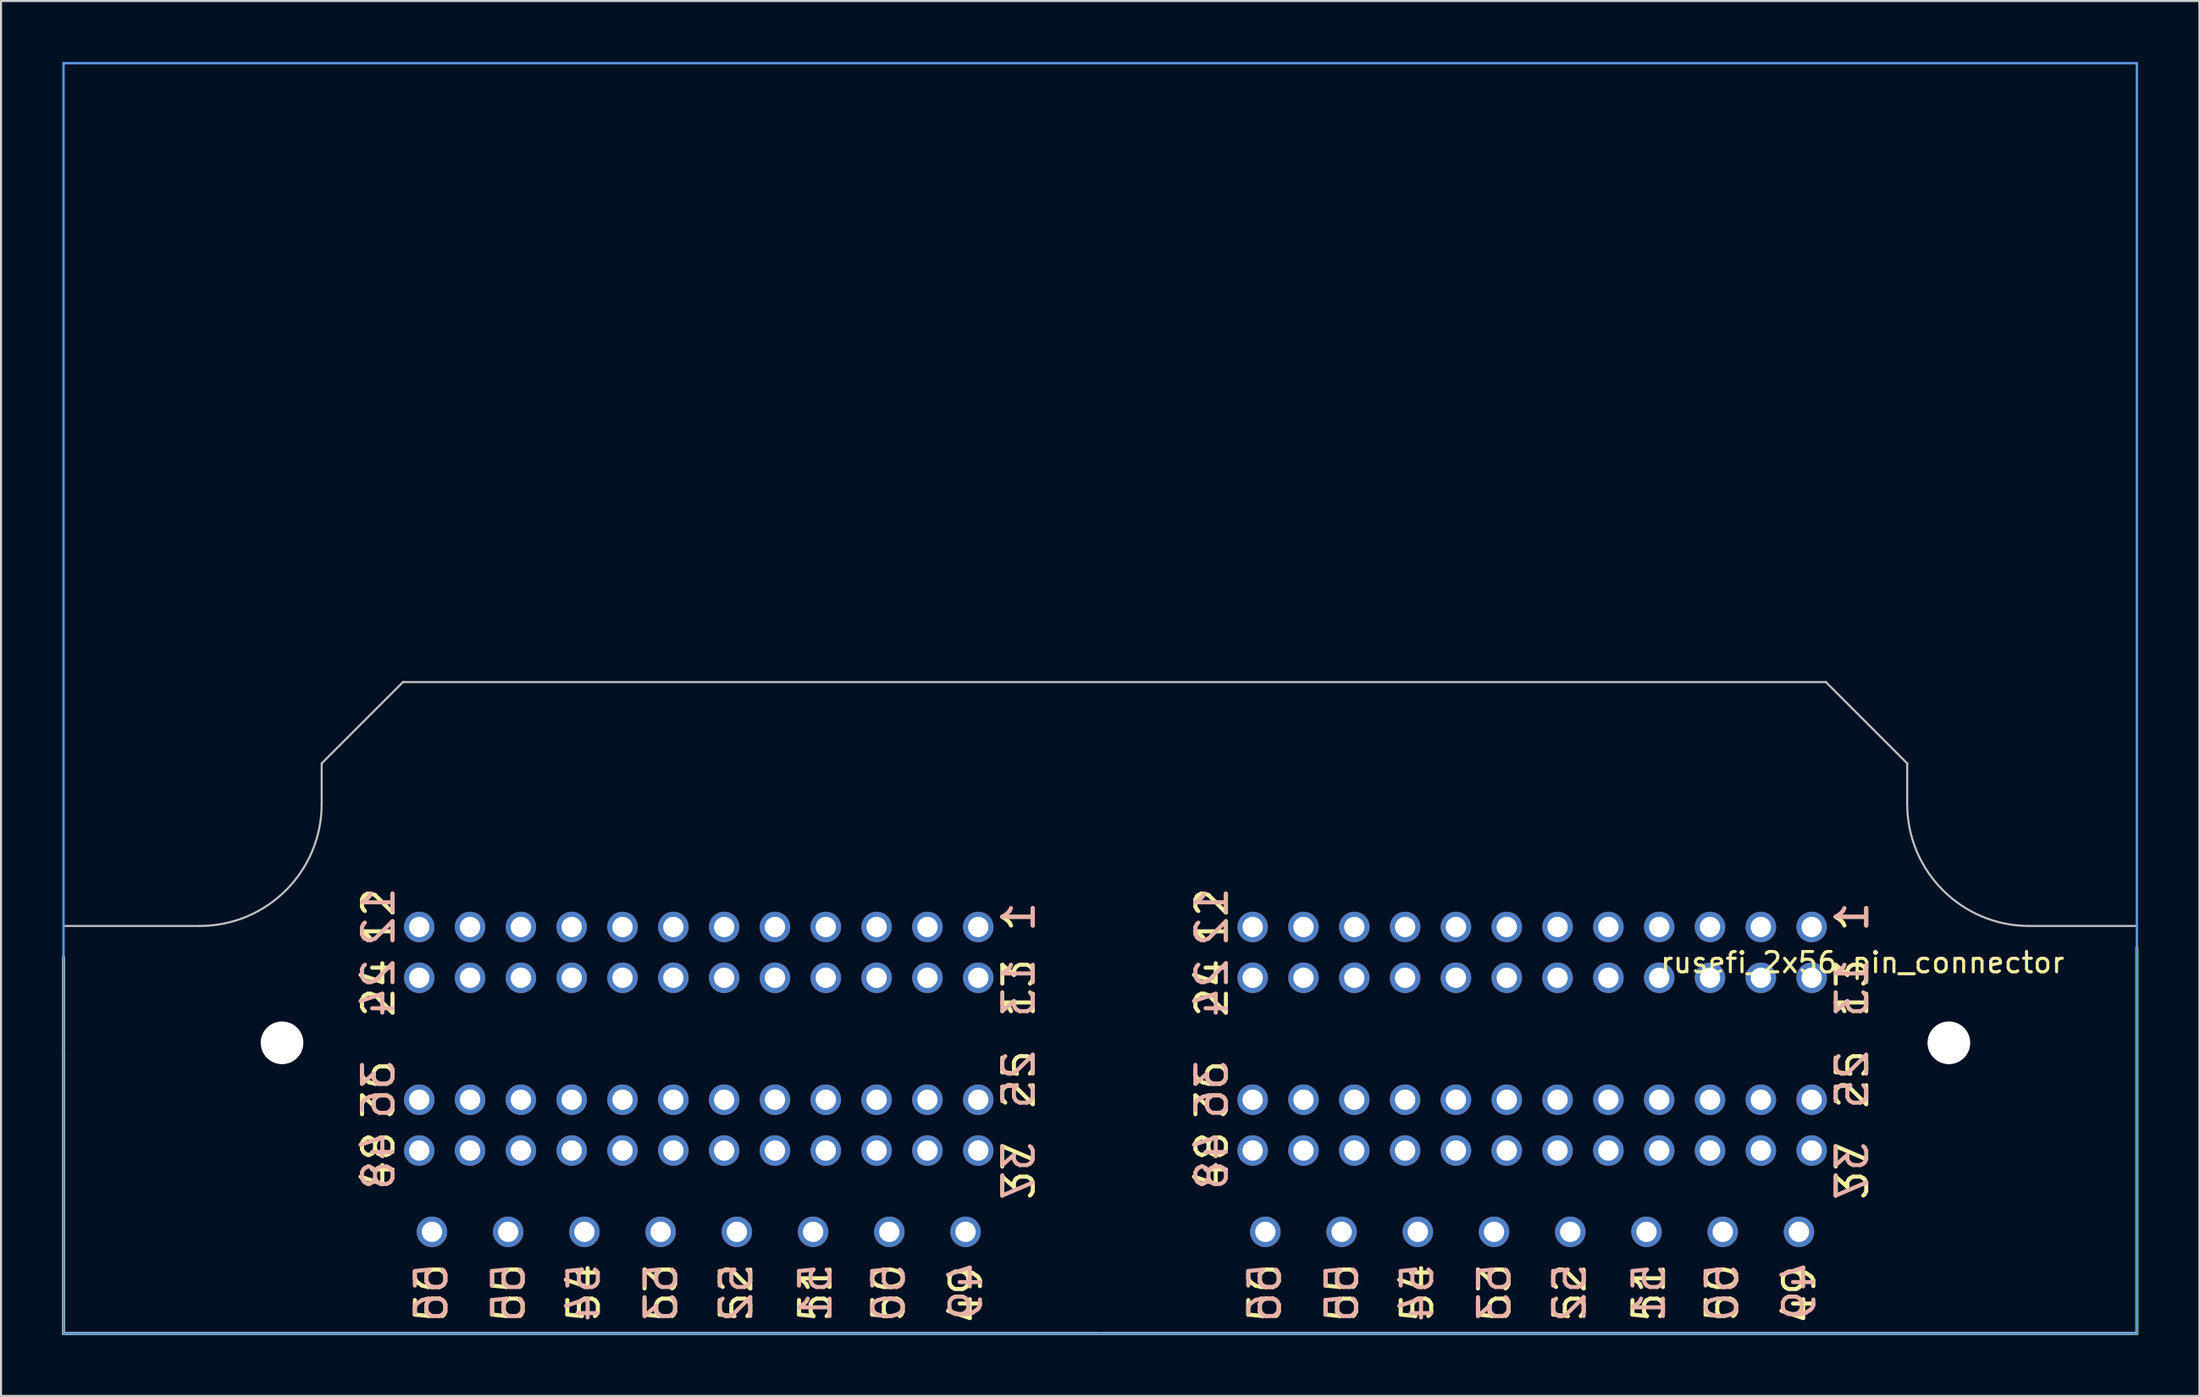
<source format=kicad_pcb>
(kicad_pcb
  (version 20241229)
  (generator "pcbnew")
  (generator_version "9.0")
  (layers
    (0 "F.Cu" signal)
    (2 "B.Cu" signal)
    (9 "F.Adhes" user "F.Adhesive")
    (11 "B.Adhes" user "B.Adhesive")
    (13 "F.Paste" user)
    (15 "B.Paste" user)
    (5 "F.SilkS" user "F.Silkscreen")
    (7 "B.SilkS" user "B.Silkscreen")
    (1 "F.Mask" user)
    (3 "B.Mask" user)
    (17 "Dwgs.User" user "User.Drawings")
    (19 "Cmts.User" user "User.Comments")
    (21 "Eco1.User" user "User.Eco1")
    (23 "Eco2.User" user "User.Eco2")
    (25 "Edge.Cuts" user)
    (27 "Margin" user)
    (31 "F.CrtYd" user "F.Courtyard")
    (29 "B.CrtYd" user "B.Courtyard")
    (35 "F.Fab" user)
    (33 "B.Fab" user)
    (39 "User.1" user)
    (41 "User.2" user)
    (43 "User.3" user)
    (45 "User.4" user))
  (footprint "rusefi_2x56_pin_connector"
    (layer "F.Cu")
    (at 86.075 42.56)
    (property "Reference" "rusefi_2x56_pin_connector" (at 2.5 1.75 0) (layer "F.SilkS") (effects (font (size 1 1) (thickness 0.15))))
    (attr through_hole)
    (fp_line (start -86 1.5) (end -86 20) (stroke (width 0.15) (type solid)) (layer "F.SilkS"))
    (fp_line (start -86 20) (end 16 20) (stroke (width 0.15) (type solid)) (layer "F.SilkS"))
    (fp_line (start 16 20) (end 16 1) (stroke (width 0.15) (type solid)) (layer "F.SilkS"))
    (fp_line (start -86 -0.05) (end -79.3 -0.05) (stroke (width 0.1) (type solid)) (layer "Dwgs.User"))
    (fp_line (start -73.3 -8.05) (end -69.3 -12.05) (stroke (width 0.1) (type solid)) (layer "Dwgs.User"))
    (fp_line (start -73.3 -6.05) (end -73.3 -8.05) (stroke (width 0.1) (type solid)) (layer "Dwgs.User"))
    (fp_line (start -69.3 -12.05) (end 0.7 -12.05) (stroke (width 0.1) (type solid)) (layer "Dwgs.User"))
    (fp_line (start 4.7 -8.05) (end 0.7 -12.05) (stroke (width 0.1) (type solid)) (layer "Dwgs.User"))
    (fp_line (start 4.7 -6.05) (end 4.7 -8.05) (stroke (width 0.1) (type solid)) (layer "Dwgs.User"))
    (fp_line (start 16 -0.05) (end 10.7 -0.05) (stroke (width 0.1) (type solid)) (layer "Dwgs.User"))
    (fp_arc (start -73.3 -6.05) (mid -75.057359 -1.807359) (end -79.3 -0.05) (stroke (width 0.1) (type solid)) (layer "Dwgs.User"))
    (fp_arc (start 10.689528 -0.050009) (mid 6.453658 -1.811063) (end 4.7 -6.05) (stroke (width 0.1) (type solid)) (layer "Dwgs.User"))
    (fp_line (start -86 -42.5) (end 16 -42.5) (stroke (width 0.12) (type solid)) (layer "Cmts.User"))
    (fp_line (start -86 6) (end -86 -42.5) (stroke (width 0.12) (type solid)) (layer "Cmts.User"))
    (fp_line (start -86 6) (end -86 20) (stroke (width 0.12) (type solid)) (layer "Cmts.User"))
    (fp_line (start -35 20) (end -86 20) (stroke (width 0.12) (type solid)) (layer "Cmts.User"))
    (fp_line (start -35 20) (end 16 20) (stroke (width 0.12) (type solid)) (layer "Cmts.User"))
    (fp_line (start 16 -42.5) (end 16 20) (stroke (width 0.12) (type solid)) (layer "Cmts.User"))
    (fp_text user "55" (at -23.1 18 90) (layer "F.SilkS") (effects (font (size 1.5 1.5) (thickness 0.2))))
    (fp_text user "49" (at -41.6 18.1 90) (layer "F.SilkS") (effects (font (size 1.5 1.5) (thickness 0.2))))
    (fp_text user "54" (at -19.4 18 90) (layer "F.SilkS") (effects (font (size 1.5 1.5) (thickness 0.2))))
    (fp_text user "51" (at -8 18 90) (layer "F.SilkS") (effects (font (size 1.5 1.5) (thickness 0.2))))
    (fp_text user "25" (at 2 7.5 90) (layer "F.SilkS") (effects (font (size 1.5 1.5) (thickness 0.2))))
    (fp_text user "48" (at -70.5 11.5 90) (layer "F.SilkS") (effects (font (size 1.5 1.5) (thickness 0.2))))
    (fp_text user "12" (at -29.5 -0.5 90) (layer "F.SilkS") (effects (font (size 1.5 1.5) (thickness 0.2))))
    (fp_text user "51" (at -49 18 90) (layer "F.SilkS") (effects (font (size 1.5 1.5) (thickness 0.2))))
    (fp_text user "55" (at -64.1 18 90) (layer "F.SilkS") (effects (font (size 1.5 1.5) (thickness 0.2))))
    (fp_text user "37" (at 2 12 90) (layer "F.SilkS") (effects (font (size 1.5 1.5) (thickness 0.2))))
    (fp_text user "24" (at -70.5 3 90) (layer "F.SilkS") (effects (font (size 1.5 1.5) (thickness 0.2))))
    (fp_text user "13" (at 2 3 90) (layer "F.SilkS") (effects (font (size 1.5 1.5) (thickness 0.2))))
    (fp_text user "53" (at -15.6 18 90) (layer "F.SilkS") (effects (font (size 1.5 1.5) (thickness 0.2))))
    (fp_text user "52" (at -52.9 18 90) (layer "F.SilkS") (effects (font (size 1.5 1.5) (thickness 0.2))))
    (fp_text user "1" (at -39 -0.5 90) (layer "F.SilkS") (effects (font (size 1.5 1.5) (thickness 0.2))))
    (fp_text user "37" (at -39 12 90) (layer "F.SilkS") (effects (font (size 1.5 1.5) (thickness 0.2))))
    (fp_text user "12" (at -70.5 -0.5 90) (layer "F.SilkS") (effects (font (size 1.5 1.5) (thickness 0.2))))
    (fp_text user "50" (at -4.4 18 90) (layer "F.SilkS") (effects (font (size 1.5 1.5) (thickness 0.2))))
    (fp_text user "56" (at -26.9 18 90) (layer "F.SilkS") (effects (font (size 1.5 1.5) (thickness 0.2))))
    (fp_text user "54" (at -60.4 18 90) (layer "F.SilkS") (effects (font (size 1.5 1.5) (thickness 0.2))))
    (fp_text user "36" (at -70.5 8 90) (layer "F.SilkS") (effects (font (size 1.5 1.5) (thickness 0.2))))
    (fp_text user "48" (at -29.5 11.5 90) (layer "F.SilkS") (effects (font (size 1.5 1.5) (thickness 0.2))))
    (fp_text user "49" (at -0.6 18.1 90) (layer "F.SilkS") (effects (font (size 1.5 1.5) (thickness 0.2))))
    (fp_text user "13" (at -39 3 90) (layer "F.SilkS") (effects (font (size 1.5 1.5) (thickness 0.2))))
    (fp_text user "56" (at -67.9 18 90) (layer "F.SilkS") (effects (font (size 1.5 1.5) (thickness 0.2))))
    (fp_text user "25" (at -39 7.5 90) (layer "F.SilkS") (effects (font (size 1.5 1.5) (thickness 0.2))))
    (fp_text user "52" (at -11.9 18 90) (layer "F.SilkS") (effects (font (size 1.5 1.5) (thickness 0.2))))
    (fp_text user "53" (at -56.6 18 90) (layer "F.SilkS") (effects (font (size 1.5 1.5) (thickness 0.2))))
    (fp_text user "36" (at -29.5 8 90) (layer "F.SilkS") (effects (font (size 1.5 1.5) (thickness 0.2))))
    (fp_text user "50" (at -45.4 18 90) (layer "F.SilkS") (effects (font (size 1.5 1.5) (thickness 0.2))))
    (fp_text user "1" (at 2 -0.5 90) (layer "F.SilkS") (effects (font (size 1.5 1.5) (thickness 0.2))))
    (fp_text user "24" (at -29.5 3 90) (layer "F.SilkS") (effects (font (size 1.5 1.5) (thickness 0.2))))
    (fp_text user "24" (at -29.5 3 90) (layer "B.SilkS") (effects (font (size 1.5 1.5) (thickness 0.2)) (justify mirror)))
    (fp_text user "37" (at 2 12 90) (layer "B.SilkS") (effects (font (size 1.5 1.5) (thickness 0.2)) (justify mirror)))
    (fp_text user "55" (at -23.1 18 270) (layer "B.SilkS") (effects (font (size 1.5 1.5) (thickness 0.2)) (justify mirror)))
    (fp_text user "54" (at -60.4 18 270) (layer "B.SilkS") (effects (font (size 1.5 1.5) (thickness 0.2)) (justify mirror)))
    (fp_text user "13" (at 2 3 90) (layer "B.SilkS") (effects (font (size 1.5 1.5) (thickness 0.2)) (justify mirror)))
    (fp_text user "12" (at -29.5 -0.5 90) (layer "B.SilkS") (effects (font (size 1.5 1.5) (thickness 0.2)) (justify mirror)))
    (fp_text user "54" (at -19.4 18 270) (layer "B.SilkS") (effects (font (size 1.5 1.5) (thickness 0.2)) (justify mirror)))
    (fp_text user "36" (at -70.5 8 90) (layer "B.SilkS") (effects (font (size 1.5 1.5) (thickness 0.2)) (justify mirror)))
    (fp_text user "53" (at -15.6 18 270) (layer "B.SilkS") (effects (font (size 1.5 1.5) (thickness 0.2)) (justify mirror)))
    (fp_text user "55" (at -64.1 18 270) (layer "B.SilkS") (effects (font (size 1.5 1.5) (thickness 0.2)) (justify mirror)))
    (fp_text user "51" (at -8 18 270) (layer "B.SilkS") (effects (font (size 1.5 1.5) (thickness 0.2)) (justify mirror)))
    (fp_text user "48" (at -70.5 11.5 90) (layer "B.SilkS") (effects (font (size 1.5 1.5) (thickness 0.2)) (justify mirror)))
    (fp_text user "49" (at -0.6 17.9 270) (layer "B.SilkS") (effects (font (size 1.5 1.5) (thickness 0.2)) (justify mirror)))
    (fp_text user "13" (at -39 3 90) (layer "B.SilkS") (effects (font (size 1.5 1.5) (thickness 0.2)) (justify mirror)))
    (fp_text user "24" (at -70.5 3 90) (layer "B.SilkS") (effects (font (size 1.5 1.5) (thickness 0.2)) (justify mirror)))
    (fp_text user "1" (at 2 -0.5 90) (layer "B.SilkS") (effects (font (size 1.5 1.5) (thickness 0.2)) (justify mirror)))
    (fp_text user "56" (at -67.9 18 270) (layer "B.SilkS") (effects (font (size 1.5 1.5) (thickness 0.2)) (justify mirror)))
    (fp_text user "50" (at -45.4 18 270) (layer "B.SilkS") (effects (font (size 1.5 1.5) (thickness 0.2)) (justify mirror)))
    (fp_text user "25" (at 2 7.5 90) (layer "B.SilkS") (effects (font (size 1.5 1.5) (thickness 0.2)) (justify mirror)))
    (fp_text user "49" (at -41.6 17.9 270) (layer "B.SilkS") (effects (font (size 1.5 1.5) (thickness 0.2)) (justify mirror)))
    (fp_text user "12" (at -70.5 -0.5 90) (layer "B.SilkS") (effects (font (size 1.5 1.5) (thickness 0.2)) (justify mirror)))
    (fp_text user "36" (at -29.5 8 90) (layer "B.SilkS") (effects (font (size 1.5 1.5) (thickness 0.2)) (justify mirror)))
    (fp_text user "56" (at -26.9 18 270) (layer "B.SilkS") (effects (font (size 1.5 1.5) (thickness 0.2)) (justify mirror)))
    (fp_text user "37" (at -39 12 90) (layer "B.SilkS") (effects (font (size 1.5 1.5) (thickness 0.2)) (justify mirror)))
    (fp_text user "50" (at -4.4 18 270) (layer "B.SilkS") (effects (font (size 1.5 1.5) (thickness 0.2)) (justify mirror)))
    (fp_text user "52" (at -11.9 18 270) (layer "B.SilkS") (effects (font (size 1.5 1.5) (thickness 0.2)) (justify mirror)))
    (fp_text user "1" (at -39 -0.5 90) (layer "B.SilkS") (effects (font (size 1.5 1.5) (thickness 0.2)) (justify mirror)))
    (fp_text user "52" (at -52.9 18 270) (layer "B.SilkS") (effects (font (size 1.5 1.5) (thickness 0.2)) (justify mirror)))
    (fp_text user "51" (at -49 18 270) (layer "B.SilkS") (effects (font (size 1.5 1.5) (thickness 0.2)) (justify mirror)))
    (fp_text user "48" (at -29.5 11.5 90) (layer "B.SilkS") (effects (font (size 1.5 1.5) (thickness 0.2)) (justify mirror)))
    (fp_text user "53" (at -56.6 18 270) (layer "B.SilkS") (effects (font (size 1.5 1.5) (thickness 0.2)) (justify mirror)))
    (fp_text user "25" (at -39 7.5 90) (layer "B.SilkS") (effects (font (size 1.5 1.5) (thickness 0.2)) (justify mirror)))
    (pad "" np_thru_hole circle (at -75.25 5.7 90) (size 2.1 2.1) (drill 2.1) (layers "*.Cu" "*.Mask"))
    (pad "" np_thru_hole circle (at 6.75 5.7 90) (size 2.1 2.1) (drill 2.1) (layers "*.Cu" "*.Mask"))
    (pad "1" thru_hole circle (at 0 0 90) (size 1.5 1.5) (drill 1) (layers "*.Cu" "*.Mask"))
    (pad "2" thru_hole circle (at -2.5 0 90) (size 1.5 1.5) (drill 1) (layers "*.Cu" "*.Mask"))
    (pad "3" thru_hole circle (at -5 0 90) (size 1.5 1.5) (drill 1) (layers "*.Cu" "*.Mask"))
    (pad "4" thru_hole circle (at -7.5 0 90) (size 1.5 1.5) (drill 1) (layers "*.Cu" "*.Mask"))
    (pad "5" thru_hole circle (at -10 0 90) (size 1.5 1.5) (drill 1) (layers "*.Cu" "*.Mask"))
    (pad "6" thru_hole circle (at -12.5 0 90) (size 1.5 1.5) (drill 1) (layers "*.Cu" "*.Mask"))
    (pad "7" thru_hole circle (at -15 0 90) (size 1.5 1.5) (drill 1) (layers "*.Cu" "*.Mask"))
    (pad "8" thru_hole circle (at -17.5 0 90) (size 1.5 1.5) (drill 1) (layers "*.Cu" "*.Mask"))
    (pad "9" thru_hole circle (at -20 0 90) (size 1.5 1.5) (drill 1) (layers "*.Cu" "*.Mask"))
    (pad "10" thru_hole circle (at -22.5 0 90) (size 1.5 1.5) (drill 1) (layers "*.Cu" "*.Mask"))
    (pad "11" thru_hole circle (at -25 0 90) (size 1.5 1.5) (drill 1) (layers "*.Cu" "*.Mask"))
    (pad "12" thru_hole circle (at -27.5 0 90) (size 1.5 1.5) (drill 1) (layers "*.Cu" "*.Mask"))
    (pad "13" thru_hole circle (at 0 2.5 90) (size 1.5 1.5) (drill 1) (layers "*.Cu" "*.Mask"))
    (pad "14" thru_hole circle (at -2.5 2.5 90) (size 1.5 1.5) (drill 1) (layers "*.Cu" "*.Mask"))
    (pad "15" thru_hole circle (at -5 2.5 90) (size 1.5 1.5) (drill 1) (layers "*.Cu" "*.Mask"))
    (pad "16" thru_hole circle (at -7.5 2.5 90) (size 1.5 1.5) (drill 1) (layers "*.Cu" "*.Mask"))
    (pad "17" thru_hole circle (at -10 2.5 90) (size 1.5 1.5) (drill 1) (layers "*.Cu" "*.Mask"))
    (pad "18" thru_hole circle (at -12.5 2.5 90) (size 1.5 1.5) (drill 1) (layers "*.Cu" "*.Mask"))
    (pad "19" thru_hole circle (at -15 2.5 90) (size 1.5 1.5) (drill 1) (layers "*.Cu" "*.Mask"))
    (pad "20" thru_hole circle (at -17.5 2.5 90) (size 1.5 1.5) (drill 1) (layers "*.Cu" "*.Mask"))
    (pad "21" thru_hole circle (at -20 2.5 90) (size 1.5 1.5) (drill 1) (layers "*.Cu" "*.Mask"))
    (pad "22" thru_hole circle (at -22.5 2.5 90) (size 1.5 1.5) (drill 1) (layers "*.Cu" "*.Mask"))
    (pad "23" thru_hole circle (at -25 2.5 90) (size 1.5 1.5) (drill 1) (layers "*.Cu" "*.Mask"))
    (pad "24" thru_hole circle (at -27.5 2.5 90) (size 1.5 1.5) (drill 1) (layers "*.Cu" "*.Mask"))
    (pad "25" thru_hole circle (at 0 8.5 90) (size 1.5 1.5) (drill 1) (layers "*.Cu" "*.Mask"))
    (pad "26" thru_hole circle (at -2.5 8.5 90) (size 1.5 1.5) (drill 1) (layers "*.Cu" "*.Mask"))
    (pad "27" thru_hole circle (at -5 8.5 90) (size 1.5 1.5) (drill 1) (layers "*.Cu" "*.Mask"))
    (pad "28" thru_hole circle (at -7.5 8.5 90) (size 1.5 1.5) (drill 1) (layers "*.Cu" "*.Mask"))
    (pad "29" thru_hole circle (at -10 8.5 90) (size 1.5 1.5) (drill 1) (layers "*.Cu" "*.Mask"))
    (pad "30" thru_hole circle (at -12.5 8.5 90) (size 1.5 1.5) (drill 1) (layers "*.Cu" "*.Mask"))
    (pad "31" thru_hole circle (at -15 8.5 90) (size 1.5 1.5) (drill 1) (layers "*.Cu" "*.Mask"))
    (pad "32" thru_hole circle (at -17.5 8.5 90) (size 1.5 1.5) (drill 1) (layers "*.Cu" "*.Mask"))
    (pad "33" thru_hole circle (at -20 8.5 90) (size 1.5 1.5) (drill 1) (layers "*.Cu" "*.Mask"))
    (pad "34" thru_hole circle (at -22.5 8.5 90) (size 1.5 1.5) (drill 1) (layers "*.Cu" "*.Mask"))
    (pad "35" thru_hole circle (at -25 8.5 90) (size 1.5 1.5) (drill 1) (layers "*.Cu" "*.Mask"))
    (pad "36" thru_hole circle (at -27.5 8.5 90) (size 1.5 1.5) (drill 1) (layers "*.Cu" "*.Mask"))
    (pad "37" thru_hole circle (at 0 11 90) (size 1.5 1.5) (drill 1) (layers "*.Cu" "*.Mask"))
    (pad "38" thru_hole circle (at -2.5 11 90) (size 1.5 1.5) (drill 1) (layers "*.Cu" "*.Mask"))
    (pad "39" thru_hole circle (at -5 11 90) (size 1.5 1.5) (drill 1) (layers "*.Cu" "*.Mask"))
    (pad "40" thru_hole circle (at -7.5 11 90) (size 1.5 1.5) (drill 1) (layers "*.Cu" "*.Mask"))
    (pad "41" thru_hole circle (at -10 11 90) (size 1.5 1.5) (drill 1) (layers "*.Cu" "*.Mask"))
    (pad "42" thru_hole circle (at -12.5 11 90) (size 1.5 1.5) (drill 1) (layers "*.Cu" "*.Mask"))
    (pad "43" thru_hole circle (at -15 11 90) (size 1.5 1.5) (drill 1) (layers "*.Cu" "*.Mask"))
    (pad "44" thru_hole circle (at -17.5 11 90) (size 1.5 1.5) (drill 1) (layers "*.Cu" "*.Mask"))
    (pad "45" thru_hole circle (at -20 11 90) (size 1.5 1.5) (drill 1) (layers "*.Cu" "*.Mask"))
    (pad "46" thru_hole circle (at -22.5 11 90) (size 1.5 1.5) (drill 1) (layers "*.Cu" "*.Mask"))
    (pad "47" thru_hole circle (at -25 11 90) (size 1.5 1.5) (drill 1) (layers "*.Cu" "*.Mask"))
    (pad "48" thru_hole circle (at -27.5 11 90) (size 1.5 1.5) (drill 1) (layers "*.Cu" "*.Mask"))
    (pad "49" thru_hole circle (at -0.625 15 90) (size 1.5 1.5) (drill 1) (layers "*.Cu" "*.Mask"))
    (pad "50" thru_hole circle (at -4.375 15 90) (size 1.5 1.5) (drill 1) (layers "*.Cu" "*.Mask"))
    (pad "51" thru_hole circle (at -8.125 15 90) (size 1.5 1.5) (drill 1) (layers "*.Cu" "*.Mask"))
    (pad "52" thru_hole circle (at -11.875 15 90) (size 1.5 1.5) (drill 1) (layers "*.Cu" "*.Mask"))
    (pad "53" thru_hole circle (at -15.625 15 90) (size 1.5 1.5) (drill 1) (layers "*.Cu" "*.Mask"))
    (pad "54" thru_hole circle (at -19.375 15 90) (size 1.5 1.5) (drill 1) (layers "*.Cu" "*.Mask"))
    (pad "55" thru_hole circle (at -23.125 15 90) (size 1.5 1.5) (drill 1) (layers "*.Cu" "*.Mask"))
    (pad "56" thru_hole circle (at -26.875 15 90) (size 1.5 1.5) (drill 1) (layers "*.Cu" "*.Mask"))
    (pad "57" thru_hole circle (at -41 0 90) (size 1.5 1.5) (drill 1) (layers "*.Cu" "*.Mask"))
    (pad "58" thru_hole circle (at -43.5 0 90) (size 1.5 1.5) (drill 1) (layers "*.Cu" "*.Mask"))
    (pad "59" thru_hole circle (at -46 0 90) (size 1.5 1.5) (drill 1) (layers "*.Cu" "*.Mask"))
    (pad "60" thru_hole circle (at -48.5 0 90) (size 1.5 1.5) (drill 1) (layers "*.Cu" "*.Mask"))
    (pad "61" thru_hole circle (at -51 0 90) (size 1.5 1.5) (drill 1) (layers "*.Cu" "*.Mask"))
    (pad "62" thru_hole circle (at -53.5 0 90) (size 1.5 1.5) (drill 1) (layers "*.Cu" "*.Mask"))
    (pad "63" thru_hole circle (at -56 0 90) (size 1.5 1.5) (drill 1) (layers "*.Cu" "*.Mask"))
    (pad "64" thru_hole circle (at -58.5 0 90) (size 1.5 1.5) (drill 1) (layers "*.Cu" "*.Mask"))
    (pad "65" thru_hole circle (at -61 0 90) (size 1.5 1.5) (drill 1) (layers "*.Cu" "*.Mask"))
    (pad "66" thru_hole circle (at -63.5 0 90) (size 1.5 1.5) (drill 1) (layers "*.Cu" "*.Mask"))
    (pad "67" thru_hole circle (at -66 0 90) (size 1.5 1.5) (drill 1) (layers "*.Cu" "*.Mask"))
    (pad "68" thru_hole circle (at -68.5 0 90) (size 1.5 1.5) (drill 1) (layers "*.Cu" "*.Mask"))
    (pad "69" thru_hole circle (at -41 2.5 90) (size 1.5 1.5) (drill 1) (layers "*.Cu" "*.Mask"))
    (pad "70" thru_hole circle (at -43.5 2.5 90) (size 1.5 1.5) (drill 1) (layers "*.Cu" "*.Mask"))
    (pad "71" thru_hole circle (at -46 2.5 90) (size 1.5 1.5) (drill 1) (layers "*.Cu" "*.Mask"))
    (pad "72" thru_hole circle (at -48.5 2.5 90) (size 1.5 1.5) (drill 1) (layers "*.Cu" "*.Mask"))
    (pad "73" thru_hole circle (at -51 2.5 90) (size 1.5 1.5) (drill 1) (layers "*.Cu" "*.Mask"))
    (pad "74" thru_hole circle (at -53.5 2.5 90) (size 1.5 1.5) (drill 1) (layers "*.Cu" "*.Mask"))
    (pad "75" thru_hole circle (at -56 2.5 90) (size 1.5 1.5) (drill 1) (layers "*.Cu" "*.Mask"))
    (pad "76" thru_hole circle (at -58.5 2.5 90) (size 1.5 1.5) (drill 1) (layers "*.Cu" "*.Mask"))
    (pad "77" thru_hole circle (at -61 2.5 90) (size 1.5 1.5) (drill 1) (layers "*.Cu" "*.Mask"))
    (pad "78" thru_hole circle (at -63.5 2.5 90) (size 1.5 1.5) (drill 1) (layers "*.Cu" "*.Mask"))
    (pad "79" thru_hole circle (at -66 2.5 90) (size 1.5 1.5) (drill 1) (layers "*.Cu" "*.Mask"))
    (pad "80" thru_hole circle (at -68.5 2.5 90) (size 1.5 1.5) (drill 1) (layers "*.Cu" "*.Mask"))
    (pad "81" thru_hole circle (at -41 8.5 90) (size 1.5 1.5) (drill 1) (layers "*.Cu" "*.Mask"))
    (pad "82" thru_hole circle (at -43.5 8.5 90) (size 1.5 1.5) (drill 1) (layers "*.Cu" "*.Mask"))
    (pad "83" thru_hole circle (at -46 8.5 90) (size 1.5 1.5) (drill 1) (layers "*.Cu" "*.Mask"))
    (pad "84" thru_hole circle (at -48.5 8.5 90) (size 1.5 1.5) (drill 1) (layers "*.Cu" "*.Mask"))
    (pad "85" thru_hole circle (at -51 8.5 90) (size 1.5 1.5) (drill 1) (layers "*.Cu" "*.Mask"))
    (pad "86" thru_hole circle (at -53.5 8.5 90) (size 1.5 1.5) (drill 1) (layers "*.Cu" "*.Mask"))
    (pad "87" thru_hole circle (at -56 8.5 90) (size 1.5 1.5) (drill 1) (layers "*.Cu" "*.Mask"))
    (pad "88" thru_hole circle (at -58.5 8.5 90) (size 1.5 1.5) (drill 1) (layers "*.Cu" "*.Mask"))
    (pad "89" thru_hole circle (at -61 8.5 90) (size 1.5 1.5) (drill 1) (layers "*.Cu" "*.Mask"))
    (pad "90" thru_hole circle (at -63.5 8.5 90) (size 1.5 1.5) (drill 1) (layers "*.Cu" "*.Mask"))
    (pad "91" thru_hole circle (at -66 8.5 90) (size 1.5 1.5) (drill 1) (layers "*.Cu" "*.Mask"))
    (pad "92" thru_hole circle (at -68.5 8.5 90) (size 1.5 1.5) (drill 1) (layers "*.Cu" "*.Mask"))
    (pad "93" thru_hole circle (at -41 11 90) (size 1.5 1.5) (drill 1) (layers "*.Cu" "*.Mask"))
    (pad "94" thru_hole circle (at -43.5 11 90) (size 1.5 1.5) (drill 1) (layers "*.Cu" "*.Mask"))
    (pad "95" thru_hole circle (at -46 11 90) (size 1.5 1.5) (drill 1) (layers "*.Cu" "*.Mask"))
    (pad "96" thru_hole circle (at -48.5 11 90) (size 1.5 1.5) (drill 1) (layers "*.Cu" "*.Mask"))
    (pad "97" thru_hole circle (at -51 11 90) (size 1.5 1.5) (drill 1) (layers "*.Cu" "*.Mask"))
    (pad "98" thru_hole circle (at -53.5 11 90) (size 1.5 1.5) (drill 1) (layers "*.Cu" "*.Mask"))
    (pad "99" thru_hole circle (at -56 11 90) (size 1.5 1.5) (drill 1) (layers "*.Cu" "*.Mask"))
    (pad "100" thru_hole circle (at -58.5 11 90) (size 1.5 1.5) (drill 1) (layers "*.Cu" "*.Mask"))
    (pad "101" thru_hole circle (at -61 11 90) (size 1.5 1.5) (drill 1) (layers "*.Cu" "*.Mask"))
    (pad "102" thru_hole circle (at -63.5 11 90) (size 1.5 1.5) (drill 1) (layers "*.Cu" "*.Mask"))
    (pad "103" thru_hole circle (at -66 11 90) (size 1.5 1.5) (drill 1) (layers "*.Cu" "*.Mask"))
    (pad "104" thru_hole circle (at -68.5 11 90) (size 1.5 1.5) (drill 1) (layers "*.Cu" "*.Mask"))
    (pad "105" thru_hole circle (at -41.625 15 90) (size 1.5 1.5) (drill 1) (layers "*.Cu" "*.Mask"))
    (pad "106" thru_hole circle (at -45.375 15 90) (size 1.5 1.5) (drill 1) (layers "*.Cu" "*.Mask"))
    (pad "107" thru_hole circle (at -49.125 15 90) (size 1.5 1.5) (drill 1) (layers "*.Cu" "*.Mask"))
    (pad "108" thru_hole circle (at -52.875 15 90) (size 1.5 1.5) (drill 1) (layers "*.Cu" "*.Mask"))
    (pad "109" thru_hole circle (at -56.625 15 90) (size 1.5 1.5) (drill 1) (layers "*.Cu" "*.Mask"))
    (pad "110" thru_hole circle (at -60.375 15 90) (size 1.5 1.5) (drill 1) (layers "*.Cu" "*.Mask"))
    (pad "111" thru_hole circle (at -64.125 15 90) (size 1.5 1.5) (drill 1) (layers "*.Cu" "*.Mask"))
    (pad "112" thru_hole circle (at -67.875 15 90) (size 1.5 1.5) (drill 1) (layers "*.Cu" "*.Mask")))
  (gr_rect
    (start -3 -3)
    (end 105.15 65.635)
    (stroke (width 0.1) (type default))
    (fill no)
    (layer "Edge.Cuts")))
</source>
